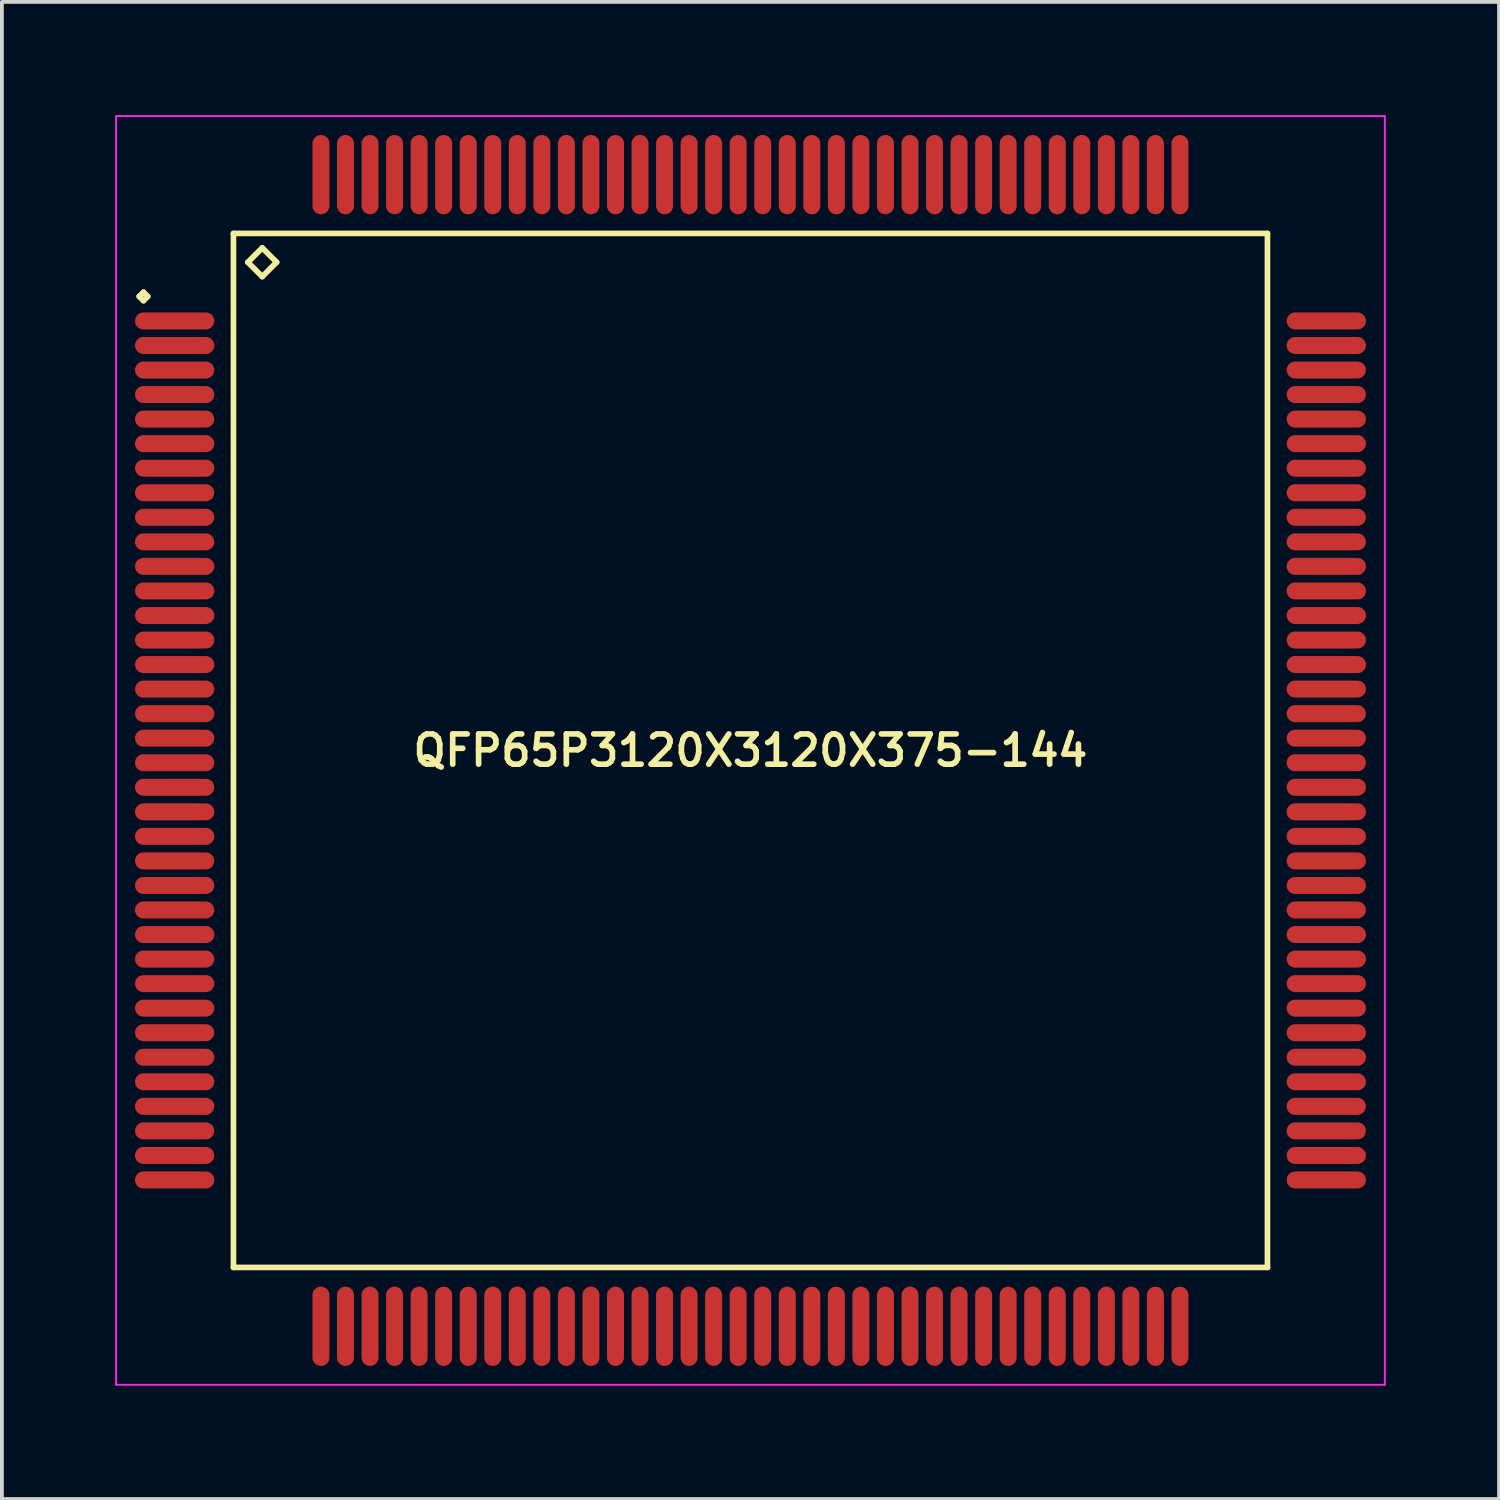
<source format=kicad_pcb>
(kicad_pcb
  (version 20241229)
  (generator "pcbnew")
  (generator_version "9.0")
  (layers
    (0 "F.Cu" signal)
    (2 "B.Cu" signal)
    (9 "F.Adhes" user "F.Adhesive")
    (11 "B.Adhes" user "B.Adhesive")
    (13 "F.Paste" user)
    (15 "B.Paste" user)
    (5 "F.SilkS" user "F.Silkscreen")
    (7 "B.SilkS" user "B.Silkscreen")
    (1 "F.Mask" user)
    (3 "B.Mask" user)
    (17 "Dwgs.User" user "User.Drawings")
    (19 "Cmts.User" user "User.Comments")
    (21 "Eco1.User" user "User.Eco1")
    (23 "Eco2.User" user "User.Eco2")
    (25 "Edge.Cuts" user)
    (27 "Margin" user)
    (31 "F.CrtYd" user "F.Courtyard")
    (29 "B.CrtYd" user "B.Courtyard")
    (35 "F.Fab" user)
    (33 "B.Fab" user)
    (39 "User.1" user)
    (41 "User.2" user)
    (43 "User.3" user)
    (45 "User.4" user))
  (footprint "QFP65P3120X3120X375-144"
    (layer "F.Cu")
    (at 16.825 16.825)
    (property "Reference" "QFP65P3120X3120X375-144" (at 0 0 0) (layer "F.SilkS") (effects (font (size 0.8 0.8) (thickness 0.15))))
    (attr smd)
    (fp_line (start -16.188 -12.025) (end -16.075 -12.137) (stroke (width 0.15) (type solid)) (layer "F.SilkS"))
    (fp_line (start -16.075 -12.137) (end -15.963 -12.025) (stroke (width 0.15) (type solid)) (layer "F.SilkS"))
    (fp_line (start -16.075 -11.912) (end -16.188 -12.025) (stroke (width 0.15) (type solid)) (layer "F.SilkS"))
    (fp_line (start -15.963 -12.025) (end -16.075 -11.912) (stroke (width 0.15) (type solid)) (layer "F.SilkS"))
    (fp_line (start -13.692 -13.692) (end -13.692 13.692) (stroke (width 0.15) (type solid)) (layer "F.SilkS"))
    (fp_line (start -13.692 13.692) (end 13.692 13.692) (stroke (width 0.15) (type solid)) (layer "F.SilkS"))
    (fp_line (start -13.311 -12.93) (end -12.93 -13.311) (stroke (width 0.15) (type solid)) (layer "F.SilkS"))
    (fp_line (start -12.93 -13.311) (end -12.549 -12.93) (stroke (width 0.15) (type solid)) (layer "F.SilkS"))
    (fp_line (start -12.93 -12.549) (end -13.311 -12.93) (stroke (width 0.15) (type solid)) (layer "F.SilkS"))
    (fp_line (start -12.549 -12.93) (end -12.93 -12.549) (stroke (width 0.15) (type solid)) (layer "F.SilkS"))
    (fp_line (start 13.692 -13.692) (end -13.692 -13.692) (stroke (width 0.15) (type solid)) (layer "F.SilkS"))
    (fp_line (start 13.692 13.692) (end 13.692 -13.692) (stroke (width 0.15) (type solid)) (layer "F.SilkS"))
    (fp_line (start -16.8 -16.8) (end 16.8 -16.8) (stroke (width 0.05) (type solid)) (layer "F.CrtYd"))
    (fp_line (start -16.8 16.8) (end -16.8 -16.8) (stroke (width 0.05) (type solid)) (layer "F.CrtYd"))
    (fp_line (start 16.8 -16.8) (end 16.8 16.8) (stroke (width 0.05) (type solid)) (layer "F.CrtYd"))
    (fp_line (start 16.8 16.8) (end -16.8 16.8) (stroke (width 0.05) (type solid)) (layer "F.CrtYd"))
    (pad "1" smd oval (at -15.25 -11.375) (size 2.1 0.45) (layers "F.Cu" "F.Mask" "F.Paste"))
    (pad "2" smd oval (at -15.25 -10.725) (size 2.1 0.45) (layers "F.Cu" "F.Mask" "F.Paste"))
    (pad "3" smd oval (at -15.25 -10.075) (size 2.1 0.45) (layers "F.Cu" "F.Mask" "F.Paste"))
    (pad "4" smd oval (at -15.25 -9.425) (size 2.1 0.45) (layers "F.Cu" "F.Mask" "F.Paste"))
    (pad "5" smd oval (at -15.25 -8.775) (size 2.1 0.45) (layers "F.Cu" "F.Mask" "F.Paste"))
    (pad "6" smd oval (at -15.25 -8.125) (size 2.1 0.45) (layers "F.Cu" "F.Mask" "F.Paste"))
    (pad "7" smd oval (at -15.25 -7.475) (size 2.1 0.45) (layers "F.Cu" "F.Mask" "F.Paste"))
    (pad "8" smd oval (at -15.25 -6.825) (size 2.1 0.45) (layers "F.Cu" "F.Mask" "F.Paste"))
    (pad "9" smd oval (at -15.25 -6.175) (size 2.1 0.45) (layers "F.Cu" "F.Mask" "F.Paste"))
    (pad "10" smd oval (at -15.25 -5.525) (size 2.1 0.45) (layers "F.Cu" "F.Mask" "F.Paste"))
    (pad "11" smd oval (at -15.25 -4.875) (size 2.1 0.45) (layers "F.Cu" "F.Mask" "F.Paste"))
    (pad "12" smd oval (at -15.25 -4.225) (size 2.1 0.45) (layers "F.Cu" "F.Mask" "F.Paste"))
    (pad "13" smd oval (at -15.25 -3.575) (size 2.1 0.45) (layers "F.Cu" "F.Mask" "F.Paste"))
    (pad "14" smd oval (at -15.25 -2.925) (size 2.1 0.45) (layers "F.Cu" "F.Mask" "F.Paste"))
    (pad "15" smd oval (at -15.25 -2.275) (size 2.1 0.45) (layers "F.Cu" "F.Mask" "F.Paste"))
    (pad "16" smd oval (at -15.25 -1.625) (size 2.1 0.45) (layers "F.Cu" "F.Mask" "F.Paste"))
    (pad "17" smd oval (at -15.25 -0.975) (size 2.1 0.45) (layers "F.Cu" "F.Mask" "F.Paste"))
    (pad "18" smd oval (at -15.25 -0.325) (size 2.1 0.45) (layers "F.Cu" "F.Mask" "F.Paste"))
    (pad "19" smd oval (at -15.25 0.325) (size 2.1 0.45) (layers "F.Cu" "F.Mask" "F.Paste"))
    (pad "20" smd oval (at -15.25 0.975) (size 2.1 0.45) (layers "F.Cu" "F.Mask" "F.Paste"))
    (pad "21" smd oval (at -15.25 1.625) (size 2.1 0.45) (layers "F.Cu" "F.Mask" "F.Paste"))
    (pad "22" smd oval (at -15.25 2.275) (size 2.1 0.45) (layers "F.Cu" "F.Mask" "F.Paste"))
    (pad "23" smd oval (at -15.25 2.925) (size 2.1 0.45) (layers "F.Cu" "F.Mask" "F.Paste"))
    (pad "24" smd oval (at -15.25 3.575) (size 2.1 0.45) (layers "F.Cu" "F.Mask" "F.Paste"))
    (pad "25" smd oval (at -15.25 4.225) (size 2.1 0.45) (layers "F.Cu" "F.Mask" "F.Paste"))
    (pad "26" smd oval (at -15.25 4.875) (size 2.1 0.45) (layers "F.Cu" "F.Mask" "F.Paste"))
    (pad "27" smd oval (at -15.25 5.525) (size 2.1 0.45) (layers "F.Cu" "F.Mask" "F.Paste"))
    (pad "28" smd oval (at -15.25 6.175) (size 2.1 0.45) (layers "F.Cu" "F.Mask" "F.Paste"))
    (pad "29" smd oval (at -15.25 6.825) (size 2.1 0.45) (layers "F.Cu" "F.Mask" "F.Paste"))
    (pad "30" smd oval (at -15.25 7.475) (size 2.1 0.45) (layers "F.Cu" "F.Mask" "F.Paste"))
    (pad "31" smd oval (at -15.25 8.125) (size 2.1 0.45) (layers "F.Cu" "F.Mask" "F.Paste"))
    (pad "32" smd oval (at -15.25 8.775) (size 2.1 0.45) (layers "F.Cu" "F.Mask" "F.Paste"))
    (pad "33" smd oval (at -15.25 9.425) (size 2.1 0.45) (layers "F.Cu" "F.Mask" "F.Paste"))
    (pad "34" smd oval (at -15.25 10.075) (size 2.1 0.45) (layers "F.Cu" "F.Mask" "F.Paste"))
    (pad "35" smd oval (at -15.25 10.725) (size 2.1 0.45) (layers "F.Cu" "F.Mask" "F.Paste"))
    (pad "36" smd oval (at -15.25 11.375) (size 2.1 0.45) (layers "F.Cu" "F.Mask" "F.Paste"))
    (pad "37" smd oval (at -11.375 15.25) (size 0.45 2.1) (layers "F.Cu" "F.Mask" "F.Paste"))
    (pad "38" smd oval (at -10.725 15.25) (size 0.45 2.1) (layers "F.Cu" "F.Mask" "F.Paste"))
    (pad "39" smd oval (at -10.075 15.25) (size 0.45 2.1) (layers "F.Cu" "F.Mask" "F.Paste"))
    (pad "40" smd oval (at -9.425 15.25) (size 0.45 2.1) (layers "F.Cu" "F.Mask" "F.Paste"))
    (pad "41" smd oval (at -8.775 15.25) (size 0.45 2.1) (layers "F.Cu" "F.Mask" "F.Paste"))
    (pad "42" smd oval (at -8.125 15.25) (size 0.45 2.1) (layers "F.Cu" "F.Mask" "F.Paste"))
    (pad "43" smd oval (at -7.475 15.25) (size 0.45 2.1) (layers "F.Cu" "F.Mask" "F.Paste"))
    (pad "44" smd oval (at -6.825 15.25) (size 0.45 2.1) (layers "F.Cu" "F.Mask" "F.Paste"))
    (pad "45" smd oval (at -6.175 15.25) (size 0.45 2.1) (layers "F.Cu" "F.Mask" "F.Paste"))
    (pad "46" smd oval (at -5.525 15.25) (size 0.45 2.1) (layers "F.Cu" "F.Mask" "F.Paste"))
    (pad "47" smd oval (at -4.875 15.25) (size 0.45 2.1) (layers "F.Cu" "F.Mask" "F.Paste"))
    (pad "48" smd oval (at -4.225 15.25) (size 0.45 2.1) (layers "F.Cu" "F.Mask" "F.Paste"))
    (pad "49" smd oval (at -3.575 15.25) (size 0.45 2.1) (layers "F.Cu" "F.Mask" "F.Paste"))
    (pad "50" smd oval (at -2.925 15.25) (size 0.45 2.1) (layers "F.Cu" "F.Mask" "F.Paste"))
    (pad "51" smd oval (at -2.275 15.25) (size 0.45 2.1) (layers "F.Cu" "F.Mask" "F.Paste"))
    (pad "52" smd oval (at -1.625 15.25) (size 0.45 2.1) (layers "F.Cu" "F.Mask" "F.Paste"))
    (pad "53" smd oval (at -0.975 15.25) (size 0.45 2.1) (layers "F.Cu" "F.Mask" "F.Paste"))
    (pad "54" smd oval (at -0.325 15.25) (size 0.45 2.1) (layers "F.Cu" "F.Mask" "F.Paste"))
    (pad "55" smd oval (at 0.325 15.25) (size 0.45 2.1) (layers "F.Cu" "F.Mask" "F.Paste"))
    (pad "56" smd oval (at 0.975 15.25) (size 0.45 2.1) (layers "F.Cu" "F.Mask" "F.Paste"))
    (pad "57" smd oval (at 1.625 15.25) (size 0.45 2.1) (layers "F.Cu" "F.Mask" "F.Paste"))
    (pad "58" smd oval (at 2.275 15.25) (size 0.45 2.1) (layers "F.Cu" "F.Mask" "F.Paste"))
    (pad "59" smd oval (at 2.925 15.25) (size 0.45 2.1) (layers "F.Cu" "F.Mask" "F.Paste"))
    (pad "60" smd oval (at 3.575 15.25) (size 0.45 2.1) (layers "F.Cu" "F.Mask" "F.Paste"))
    (pad "61" smd oval (at 4.225 15.25) (size 0.45 2.1) (layers "F.Cu" "F.Mask" "F.Paste"))
    (pad "62" smd oval (at 4.875 15.25) (size 0.45 2.1) (layers "F.Cu" "F.Mask" "F.Paste"))
    (pad "63" smd oval (at 5.525 15.25) (size 0.45 2.1) (layers "F.Cu" "F.Mask" "F.Paste"))
    (pad "64" smd oval (at 6.175 15.25) (size 0.45 2.1) (layers "F.Cu" "F.Mask" "F.Paste"))
    (pad "65" smd oval (at 6.825 15.25) (size 0.45 2.1) (layers "F.Cu" "F.Mask" "F.Paste"))
    (pad "66" smd oval (at 7.475 15.25) (size 0.45 2.1) (layers "F.Cu" "F.Mask" "F.Paste"))
    (pad "67" smd oval (at 8.125 15.25) (size 0.45 2.1) (layers "F.Cu" "F.Mask" "F.Paste"))
    (pad "68" smd oval (at 8.775 15.25) (size 0.45 2.1) (layers "F.Cu" "F.Mask" "F.Paste"))
    (pad "69" smd oval (at 9.425 15.25) (size 0.45 2.1) (layers "F.Cu" "F.Mask" "F.Paste"))
    (pad "70" smd oval (at 10.075 15.25) (size 0.45 2.1) (layers "F.Cu" "F.Mask" "F.Paste"))
    (pad "71" smd oval (at 10.725 15.25) (size 0.45 2.1) (layers "F.Cu" "F.Mask" "F.Paste"))
    (pad "72" smd oval (at 11.375 15.25) (size 0.45 2.1) (layers "F.Cu" "F.Mask" "F.Paste"))
    (pad "73" smd oval (at 15.25 11.375) (size 2.1 0.45) (layers "F.Cu" "F.Mask" "F.Paste"))
    (pad "74" smd oval (at 15.25 10.725) (size 2.1 0.45) (layers "F.Cu" "F.Mask" "F.Paste"))
    (pad "75" smd oval (at 15.25 10.075) (size 2.1 0.45) (layers "F.Cu" "F.Mask" "F.Paste"))
    (pad "76" smd oval (at 15.25 9.425) (size 2.1 0.45) (layers "F.Cu" "F.Mask" "F.Paste"))
    (pad "77" smd oval (at 15.25 8.775) (size 2.1 0.45) (layers "F.Cu" "F.Mask" "F.Paste"))
    (pad "78" smd oval (at 15.25 8.125) (size 2.1 0.45) (layers "F.Cu" "F.Mask" "F.Paste"))
    (pad "79" smd oval (at 15.25 7.475) (size 2.1 0.45) (layers "F.Cu" "F.Mask" "F.Paste"))
    (pad "80" smd oval (at 15.25 6.825) (size 2.1 0.45) (layers "F.Cu" "F.Mask" "F.Paste"))
    (pad "81" smd oval (at 15.25 6.175) (size 2.1 0.45) (layers "F.Cu" "F.Mask" "F.Paste"))
    (pad "82" smd oval (at 15.25 5.525) (size 2.1 0.45) (layers "F.Cu" "F.Mask" "F.Paste"))
    (pad "83" smd oval (at 15.25 4.875) (size 2.1 0.45) (layers "F.Cu" "F.Mask" "F.Paste"))
    (pad "84" smd oval (at 15.25 4.225) (size 2.1 0.45) (layers "F.Cu" "F.Mask" "F.Paste"))
    (pad "85" smd oval (at 15.25 3.575) (size 2.1 0.45) (layers "F.Cu" "F.Mask" "F.Paste"))
    (pad "86" smd oval (at 15.25 2.925) (size 2.1 0.45) (layers "F.Cu" "F.Mask" "F.Paste"))
    (pad "87" smd oval (at 15.25 2.275) (size 2.1 0.45) (layers "F.Cu" "F.Mask" "F.Paste"))
    (pad "88" smd oval (at 15.25 1.625) (size 2.1 0.45) (layers "F.Cu" "F.Mask" "F.Paste"))
    (pad "89" smd oval (at 15.25 0.975) (size 2.1 0.45) (layers "F.Cu" "F.Mask" "F.Paste"))
    (pad "90" smd oval (at 15.25 0.325) (size 2.1 0.45) (layers "F.Cu" "F.Mask" "F.Paste"))
    (pad "91" smd oval (at 15.25 -0.325) (size 2.1 0.45) (layers "F.Cu" "F.Mask" "F.Paste"))
    (pad "92" smd oval (at 15.25 -0.975) (size 2.1 0.45) (layers "F.Cu" "F.Mask" "F.Paste"))
    (pad "93" smd oval (at 15.25 -1.625) (size 2.1 0.45) (layers "F.Cu" "F.Mask" "F.Paste"))
    (pad "94" smd oval (at 15.25 -2.275) (size 2.1 0.45) (layers "F.Cu" "F.Mask" "F.Paste"))
    (pad "95" smd oval (at 15.25 -2.925) (size 2.1 0.45) (layers "F.Cu" "F.Mask" "F.Paste"))
    (pad "96" smd oval (at 15.25 -3.575) (size 2.1 0.45) (layers "F.Cu" "F.Mask" "F.Paste"))
    (pad "97" smd oval (at 15.25 -4.225) (size 2.1 0.45) (layers "F.Cu" "F.Mask" "F.Paste"))
    (pad "98" smd oval (at 15.25 -4.875) (size 2.1 0.45) (layers "F.Cu" "F.Mask" "F.Paste"))
    (pad "99" smd oval (at 15.25 -5.525) (size 2.1 0.45) (layers "F.Cu" "F.Mask" "F.Paste"))
    (pad "100" smd oval (at 15.25 -6.175) (size 2.1 0.45) (layers "F.Cu" "F.Mask" "F.Paste"))
    (pad "101" smd oval (at 15.25 -6.825) (size 2.1 0.45) (layers "F.Cu" "F.Mask" "F.Paste"))
    (pad "102" smd oval (at 15.25 -7.475) (size 2.1 0.45) (layers "F.Cu" "F.Mask" "F.Paste"))
    (pad "103" smd oval (at 15.25 -8.125) (size 2.1 0.45) (layers "F.Cu" "F.Mask" "F.Paste"))
    (pad "104" smd oval (at 15.25 -8.775) (size 2.1 0.45) (layers "F.Cu" "F.Mask" "F.Paste"))
    (pad "105" smd oval (at 15.25 -9.425) (size 2.1 0.45) (layers "F.Cu" "F.Mask" "F.Paste"))
    (pad "106" smd oval (at 15.25 -10.075) (size 2.1 0.45) (layers "F.Cu" "F.Mask" "F.Paste"))
    (pad "107" smd oval (at 15.25 -10.725) (size 2.1 0.45) (layers "F.Cu" "F.Mask" "F.Paste"))
    (pad "108" smd oval (at 15.25 -11.375) (size 2.1 0.45) (layers "F.Cu" "F.Mask" "F.Paste"))
    (pad "109" smd oval (at 11.375 -15.25) (size 0.45 2.1) (layers "F.Cu" "F.Mask" "F.Paste"))
    (pad "110" smd oval (at 10.725 -15.25) (size 0.45 2.1) (layers "F.Cu" "F.Mask" "F.Paste"))
    (pad "111" smd oval (at 10.075 -15.25) (size 0.45 2.1) (layers "F.Cu" "F.Mask" "F.Paste"))
    (pad "112" smd oval (at 9.425 -15.25) (size 0.45 2.1) (layers "F.Cu" "F.Mask" "F.Paste"))
    (pad "113" smd oval (at 8.775 -15.25) (size 0.45 2.1) (layers "F.Cu" "F.Mask" "F.Paste"))
    (pad "114" smd oval (at 8.125 -15.25) (size 0.45 2.1) (layers "F.Cu" "F.Mask" "F.Paste"))
    (pad "115" smd oval (at 7.475 -15.25) (size 0.45 2.1) (layers "F.Cu" "F.Mask" "F.Paste"))
    (pad "116" smd oval (at 6.825 -15.25) (size 0.45 2.1) (layers "F.Cu" "F.Mask" "F.Paste"))
    (pad "117" smd oval (at 6.175 -15.25) (size 0.45 2.1) (layers "F.Cu" "F.Mask" "F.Paste"))
    (pad "118" smd oval (at 5.525 -15.25) (size 0.45 2.1) (layers "F.Cu" "F.Mask" "F.Paste"))
    (pad "119" smd oval (at 4.875 -15.25) (size 0.45 2.1) (layers "F.Cu" "F.Mask" "F.Paste"))
    (pad "120" smd oval (at 4.225 -15.25) (size 0.45 2.1) (layers "F.Cu" "F.Mask" "F.Paste"))
    (pad "121" smd oval (at 3.575 -15.25) (size 0.45 2.1) (layers "F.Cu" "F.Mask" "F.Paste"))
    (pad "122" smd oval (at 2.925 -15.25) (size 0.45 2.1) (layers "F.Cu" "F.Mask" "F.Paste"))
    (pad "123" smd oval (at 2.275 -15.25) (size 0.45 2.1) (layers "F.Cu" "F.Mask" "F.Paste"))
    (pad "124" smd oval (at 1.625 -15.25) (size 0.45 2.1) (layers "F.Cu" "F.Mask" "F.Paste"))
    (pad "125" smd oval (at 0.975 -15.25) (size 0.45 2.1) (layers "F.Cu" "F.Mask" "F.Paste"))
    (pad "126" smd oval (at 0.325 -15.25) (size 0.45 2.1) (layers "F.Cu" "F.Mask" "F.Paste"))
    (pad "127" smd oval (at -0.325 -15.25) (size 0.45 2.1) (layers "F.Cu" "F.Mask" "F.Paste"))
    (pad "128" smd oval (at -0.975 -15.25) (size 0.45 2.1) (layers "F.Cu" "F.Mask" "F.Paste"))
    (pad "129" smd oval (at -1.625 -15.25) (size 0.45 2.1) (layers "F.Cu" "F.Mask" "F.Paste"))
    (pad "130" smd oval (at -2.275 -15.25) (size 0.45 2.1) (layers "F.Cu" "F.Mask" "F.Paste"))
    (pad "131" smd oval (at -2.925 -15.25) (size 0.45 2.1) (layers "F.Cu" "F.Mask" "F.Paste"))
    (pad "132" smd oval (at -3.575 -15.25) (size 0.45 2.1) (layers "F.Cu" "F.Mask" "F.Paste"))
    (pad "133" smd oval (at -4.225 -15.25) (size 0.45 2.1) (layers "F.Cu" "F.Mask" "F.Paste"))
    (pad "134" smd oval (at -4.875 -15.25) (size 0.45 2.1) (layers "F.Cu" "F.Mask" "F.Paste"))
    (pad "135" smd oval (at -5.525 -15.25) (size 0.45 2.1) (layers "F.Cu" "F.Mask" "F.Paste"))
    (pad "136" smd oval (at -6.175 -15.25) (size 0.45 2.1) (layers "F.Cu" "F.Mask" "F.Paste"))
    (pad "137" smd oval (at -6.825 -15.25) (size 0.45 2.1) (layers "F.Cu" "F.Mask" "F.Paste"))
    (pad "138" smd oval (at -7.475 -15.25) (size 0.45 2.1) (layers "F.Cu" "F.Mask" "F.Paste"))
    (pad "139" smd oval (at -8.125 -15.25) (size 0.45 2.1) (layers "F.Cu" "F.Mask" "F.Paste"))
    (pad "140" smd oval (at -8.775 -15.25) (size 0.45 2.1) (layers "F.Cu" "F.Mask" "F.Paste"))
    (pad "141" smd oval (at -9.425 -15.25) (size 0.45 2.1) (layers "F.Cu" "F.Mask" "F.Paste"))
    (pad "142" smd oval (at -10.075 -15.25) (size 0.45 2.1) (layers "F.Cu" "F.Mask" "F.Paste"))
    (pad "143" smd oval (at -10.725 -15.25) (size 0.45 2.1) (layers "F.Cu" "F.Mask" "F.Paste"))
    (pad "144" smd oval (at -11.375 -15.25) (size 0.45 2.1) (layers "F.Cu" "F.Mask" "F.Paste")))
  (gr_rect
    (start -3 -3)
    (end 36.65 36.65)
    (stroke (width 0.1) (type default))
    (fill no)
    (layer "Edge.Cuts")))
</source>
